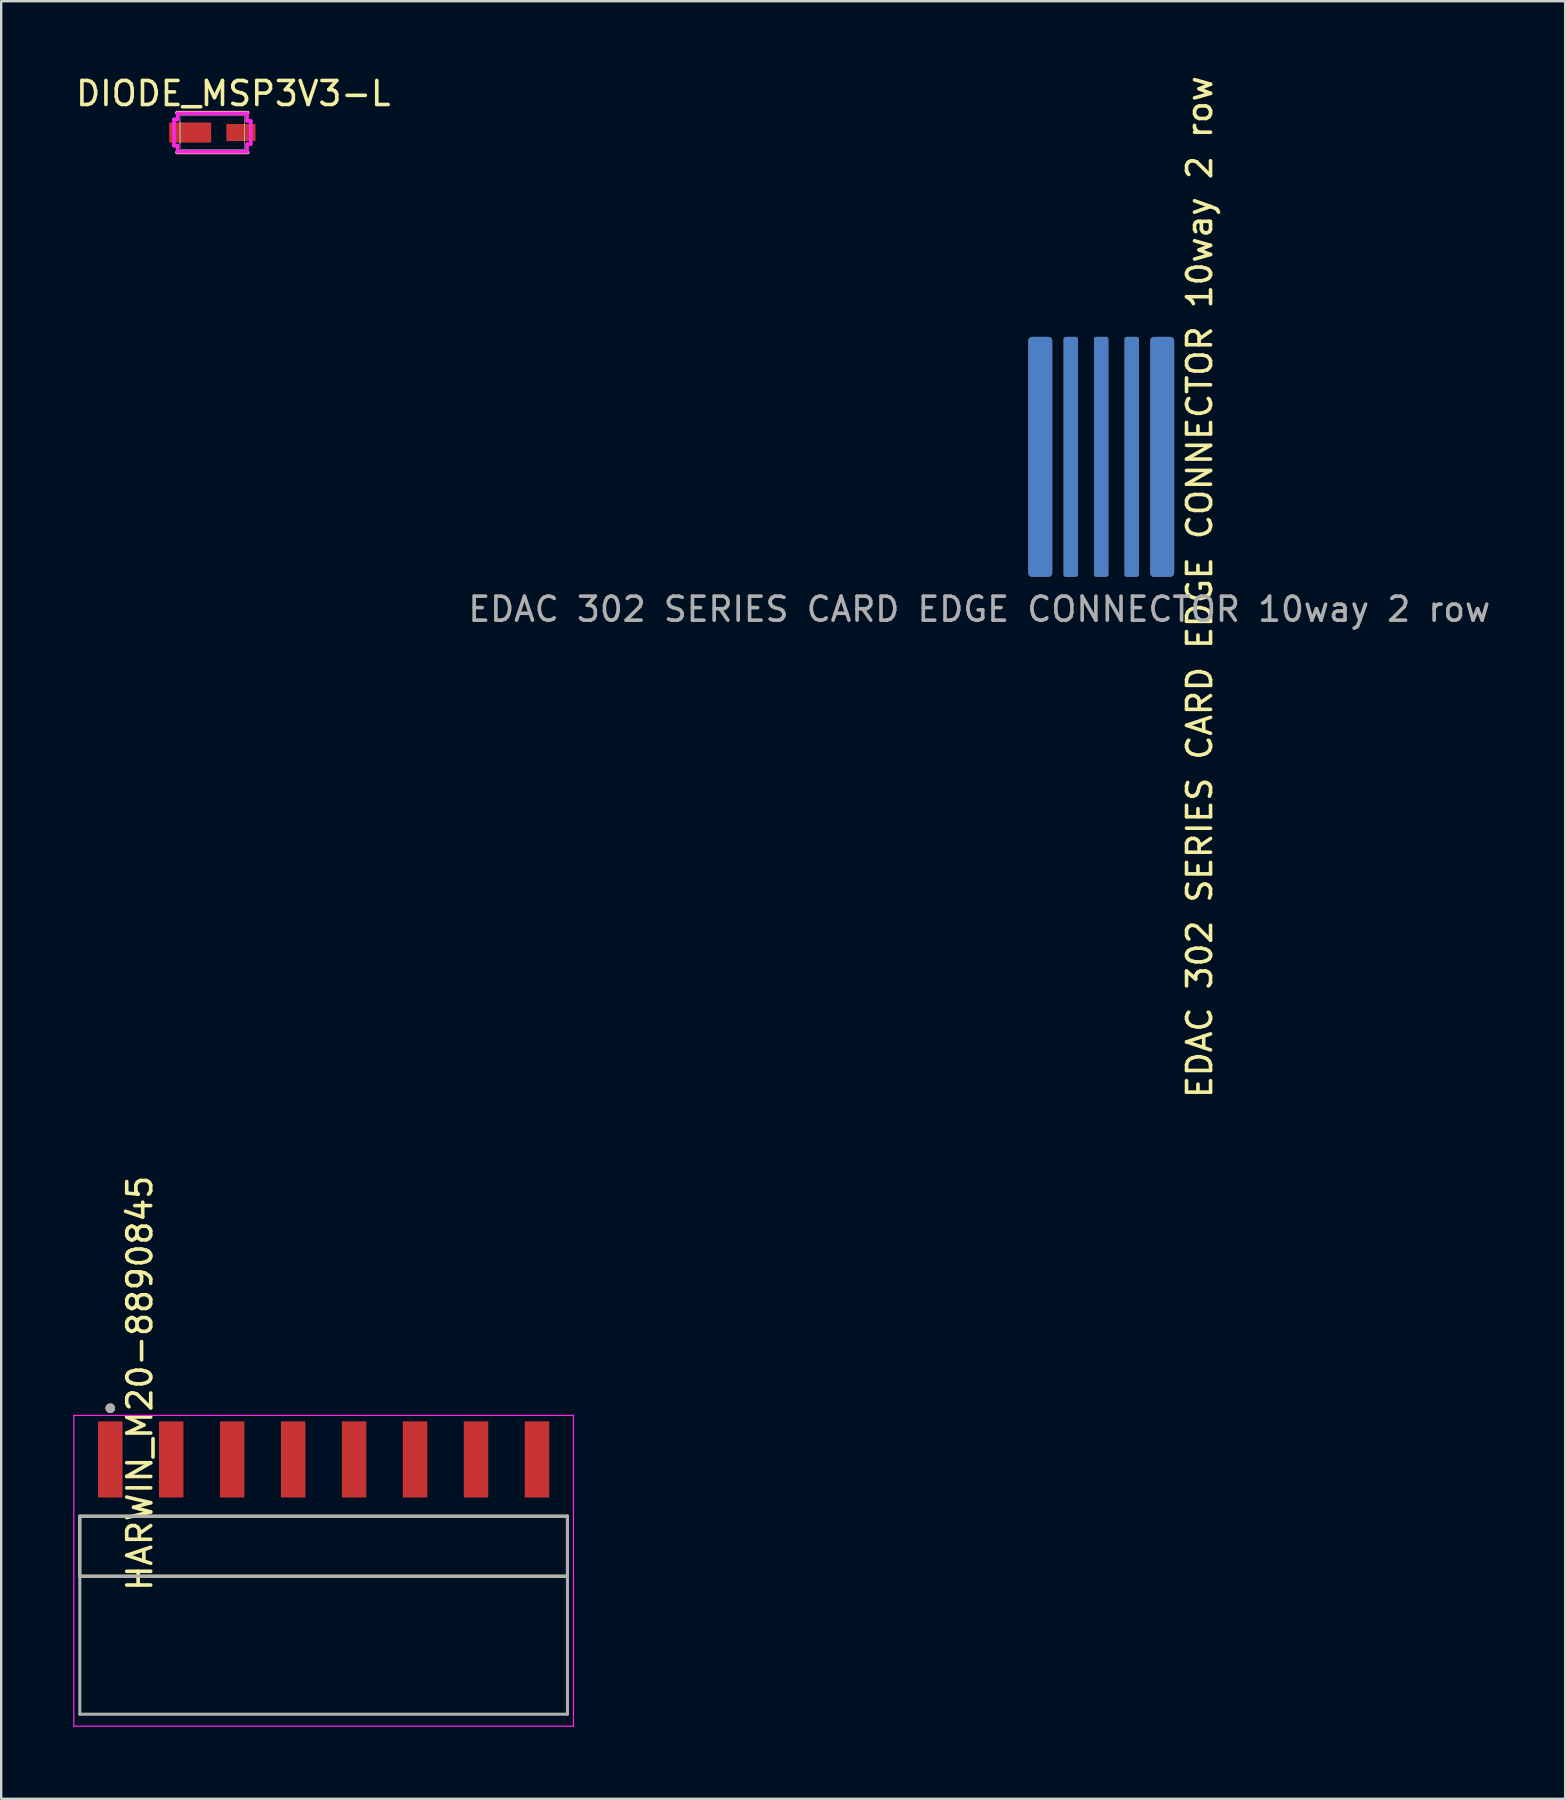
<source format=kicad_pcb>
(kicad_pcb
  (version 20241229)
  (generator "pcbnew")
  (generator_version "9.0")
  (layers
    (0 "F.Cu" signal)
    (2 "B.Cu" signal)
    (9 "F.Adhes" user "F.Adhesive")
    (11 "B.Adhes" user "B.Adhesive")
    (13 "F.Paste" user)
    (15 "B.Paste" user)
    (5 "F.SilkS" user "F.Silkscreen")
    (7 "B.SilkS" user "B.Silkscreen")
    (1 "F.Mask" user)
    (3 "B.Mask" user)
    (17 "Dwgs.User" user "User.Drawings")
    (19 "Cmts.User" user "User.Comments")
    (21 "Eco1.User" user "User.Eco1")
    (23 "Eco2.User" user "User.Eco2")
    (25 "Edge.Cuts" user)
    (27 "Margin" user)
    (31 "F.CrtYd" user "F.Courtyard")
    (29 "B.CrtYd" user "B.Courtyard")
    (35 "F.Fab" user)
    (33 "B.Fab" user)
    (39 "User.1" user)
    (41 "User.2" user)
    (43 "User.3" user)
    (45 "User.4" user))
  (footprint "EDAC 302 SERIES CARD EDGE CONNECTOR 10way 2 row"
    (layer "F.Cu")
    (at 42.836 15.986)
    (property "Reference" "EDAC 302 SERIES CARD EDGE CONNECTOR 10way 2 row" (at 4.1 5.425 90) (unlocked yes) (layer "F.SilkS") (effects (font (size 1 1) (thickness 0.15))))
    (attr through_hole exclude_from_pos_files exclude_from_bom)
    (fp_text user "${REFERENCE}" (at -5.08 6.35 0) (unlocked yes) (layer "F.Fab") (effects (font (size 1 1) (thickness 0.15))))
    (pad "1" connect roundrect (at -2.54 0) (size 1 10) (layers "F.Cu" "F.Mask") (roundrect_rratio 0.156))
    (pad "2" connect roundrect (at -1.27 0) (size 0.6 10) (layers "F.Cu" "F.Mask") (roundrect_rratio 0.156))
    (pad "3" connect roundrect (at 0 0) (size 0.6 10) (layers "F.Cu" "F.Mask") (roundrect_rratio 0.156))
    (pad "4" connect roundrect (at 1.27 0) (size 0.6 10) (layers "F.Cu" "F.Mask") (roundrect_rratio 0.156))
    (pad "5" connect roundrect (at 2.54 0) (size 1 10) (layers "F.Cu" "F.Mask") (roundrect_rratio 0.156))
    (pad "6" connect roundrect (at -2.54 0) (size 1 10) (layers "B.Cu" "B.Mask") (roundrect_rratio 0.156))
    (pad "7" connect roundrect (at -1.27 0) (size 0.6 10) (layers "B.Cu" "B.Mask") (roundrect_rratio 0.156))
    (pad "8" connect roundrect (at 0 0) (size 0.6 10) (layers "B.Cu" "B.Mask") (roundrect_rratio 0.156))
    (pad "9" connect roundrect (at 1.27 0) (size 0.6 10) (layers "B.Cu" "B.Mask") (roundrect_rratio 0.156))
    (pad "10" connect roundrect (at 2.54 0) (size 1 10) (layers "B.Cu" "B.Mask") (roundrect_rratio 0.156)))
  (footprint "HARWIN_M20-8890845"
    (layer "F.Cu")
    (at 10.435 61.377)
    (property "Reference" "HARWIN_M20-8890845" (at -7.66 -6.787 270) (layer "F.SilkS") (effects (font (size 1 1) (thickness 0.15))))
    (attr smd)
    (fp_line (start -10.16 -1.25) (end 10.16 -1.25) (stroke (width 0.127) (type solid)) (layer "F.SilkS"))
    (fp_line (start -10.16 1.25) (end -10.16 -1.25) (stroke (width 0.127) (type solid)) (layer "F.SilkS"))
    (fp_line (start 10.16 -1.25) (end 10.16 1.25) (stroke (width 0.127) (type solid)) (layer "F.SilkS"))
    (fp_line (start 10.16 1.25) (end -10.16 1.25) (stroke (width 0.127) (type solid)) (layer "F.SilkS"))
    (fp_circle (center -8.89 -5.75) (end -8.79 -5.75) (stroke (width 0.2) (type solid)) (fill no) (layer "F.SilkS"))
    (fp_line (start -10.41 -5.45) (end -10.41 7.5) (stroke (width 0.05) (type solid)) (layer "F.CrtYd"))
    (fp_line (start -10.41 7.5) (end 10.41 7.5) (stroke (width 0.05) (type solid)) (layer "F.CrtYd"))
    (fp_line (start 10.41 -5.45) (end -10.41 -5.45) (stroke (width 0.05) (type solid)) (layer "F.CrtYd"))
    (fp_line (start 10.41 7.5) (end 10.41 -5.45) (stroke (width 0.05) (type solid)) (layer "F.CrtYd"))
    (fp_line (start -10.16 -1.25) (end 10.16 -1.25) (stroke (width 0.127) (type solid)) (layer "F.Fab"))
    (fp_line (start -10.16 1.25) (end -10.16 -1.25) (stroke (width 0.127) (type solid)) (layer "F.Fab"))
    (fp_line (start -10.16 7) (end -10.16 1.25) (stroke (width 0.127) (type solid)) (layer "F.Fab"))
    (fp_line (start 10.16 -1.25) (end 10.16 1.25) (stroke (width 0.127) (type solid)) (layer "F.Fab"))
    (fp_line (start 10.16 1.25) (end -10.16 1.25) (stroke (width 0.127) (type solid)) (layer "F.Fab"))
    (fp_line (start 10.16 1.25) (end 10.16 7) (stroke (width 0.127) (type solid)) (layer "F.Fab"))
    (fp_line (start 10.16 7) (end -10.16 7) (stroke (width 0.127) (type solid)) (layer "F.Fab"))
    (fp_circle (center -8.89 -5.75) (end -8.79 -5.75) (stroke (width 0.2) (type solid)) (fill no) (layer "F.Fab"))
    (pad "1" smd rect (at -8.89 -3.615 180) (size 1.02 3.17) (layers "F.Cu" "F.Mask" "F.Paste"))
    (pad "2" smd rect (at -6.35 -3.615 180) (size 1.02 3.17) (layers "F.Cu" "F.Mask" "F.Paste"))
    (pad "3" smd rect (at -3.81 -3.615 180) (size 1.02 3.17) (layers "F.Cu" "F.Mask" "F.Paste"))
    (pad "4" smd rect (at -1.27 -3.615 180) (size 1.02 3.17) (layers "F.Cu" "F.Mask" "F.Paste"))
    (pad "5" smd rect (at 1.27 -3.615 180) (size 1.02 3.17) (layers "F.Cu" "F.Mask" "F.Paste"))
    (pad "6" smd rect (at 3.81 -3.615 180) (size 1.02 3.17) (layers "F.Cu" "F.Mask" "F.Paste"))
    (pad "7" smd rect (at 6.35 -3.615 180) (size 1.02 3.17) (layers "F.Cu" "F.Mask" "F.Paste"))
    (pad "8" smd rect (at 8.89 -3.615 180) (size 1.02 3.17) (layers "F.Cu" "F.Mask" "F.Paste")))
  (footprint "DIODE_MSP3V3-L"
    (layer "F.Cu")
    (at 5.798 2.473)
    (property "Reference" "DIODE_MSP3V3-L" (at 0.875 -1.625 0) (unlocked yes) (layer "F.SilkS") (effects (font (size 1 1) (thickness 0.15))))
    (attr smd)
    (fp_line (start -1.473 0.826) (end 1.473 0.826) (stroke (width 0.152) (type solid)) (layer "F.SilkS"))
    (fp_line (start 1.473 -0.826) (end -1.473 -0.826) (stroke (width 0.152) (type solid)) (layer "F.SilkS"))
    (fp_line (start -1.6 -0.546) (end -1.448 -0.546) (stroke (width 0.152) (type solid)) (layer "F.CrtYd"))
    (fp_line (start -1.6 0.546) (end -1.6 -0.546) (stroke (width 0.152) (type solid)) (layer "F.CrtYd"))
    (fp_line (start -1.448 -0.8) (end 1.448 -0.8) (stroke (width 0.152) (type solid)) (layer "F.CrtYd"))
    (fp_line (start -1.448 -0.546) (end -1.448 -0.8) (stroke (width 0.152) (type solid)) (layer "F.CrtYd"))
    (fp_line (start -1.448 0.546) (end -1.6 0.546) (stroke (width 0.152) (type solid)) (layer "F.CrtYd"))
    (fp_line (start -1.448 0.8) (end -1.448 0.546) (stroke (width 0.152) (type solid)) (layer "F.CrtYd"))
    (fp_line (start 1.448 -0.8) (end 1.448 -0.483) (stroke (width 0.152) (type solid)) (layer "F.CrtYd"))
    (fp_line (start 1.448 -0.483) (end 1.6 -0.483) (stroke (width 0.152) (type solid)) (layer "F.CrtYd"))
    (fp_line (start 1.448 0.483) (end 1.448 0.8) (stroke (width 0.152) (type solid)) (layer "F.CrtYd"))
    (fp_line (start 1.448 0.8) (end -1.448 0.8) (stroke (width 0.152) (type solid)) (layer "F.CrtYd"))
    (fp_line (start 1.6 -0.483) (end 1.6 0.483) (stroke (width 0.152) (type solid)) (layer "F.CrtYd"))
    (fp_line (start 1.6 0.483) (end 1.448 0.483) (stroke (width 0.152) (type solid)) (layer "F.CrtYd"))
    (fp_line (start -1.346 -0.699) (end -1.346 0.699) (stroke (width 0.025) (type solid)) (layer "F.Fab"))
    (fp_line (start -1.346 -0.445) (end -1.346 -0.445) (stroke (width 0.025) (type solid)) (layer "F.Fab"))
    (fp_line (start -1.346 -0.445) (end -1.346 0.445) (stroke (width 0.025) (type solid)) (layer "F.Fab"))
    (fp_line (start -1.346 0.445) (end -1.346 -0.445) (stroke (width 0.025) (type solid)) (layer "F.Fab"))
    (fp_line (start -1.346 0.445) (end -1.346 0.445) (stroke (width 0.025) (type solid)) (layer "F.Fab"))
    (fp_line (start -1.346 0.699) (end 1.346 0.699) (stroke (width 0.025) (type solid)) (layer "F.Fab"))
    (fp_line (start 1.346 -0.699) (end -1.346 -0.699) (stroke (width 0.025) (type solid)) (layer "F.Fab"))
    (fp_line (start 1.346 -0.381) (end 1.346 -0.381) (stroke (width 0.025) (type solid)) (layer "F.Fab"))
    (fp_line (start 1.346 -0.381) (end 1.346 0.381) (stroke (width 0.025) (type solid)) (layer "F.Fab"))
    (fp_line (start 1.346 0.381) (end 1.346 -0.381) (stroke (width 0.025) (type solid)) (layer "F.Fab"))
    (fp_line (start 1.346 0.381) (end 1.346 0.381) (stroke (width 0.025) (type solid)) (layer "F.Fab"))
    (fp_line (start 1.346 0.699) (end 1.346 -0.699) (stroke (width 0.025) (type solid)) (layer "F.Fab"))
    (pad "1" smd rect (at 1.192 0) (size 1.216 0.711) (layers "F.Cu" "F.Mask" "F.Paste"))
    (pad "2" smd rect (at -0.925 0) (size 1.749 0.838) (layers "F.Cu" "F.Mask" "F.Paste"))
    (zone (net_name "") (layer "F.Cu") (hatch full 0.508) (connect_pads) (min_thickness 0.254) (filled_areas_thickness no) (keepout (tracks not_allowed) (vias not_allowed) (pads allowed) (copperpour not_allowed) (footprints allowed)) (placement (enabled no)) (fill) (polygon (pts (xy 5.798 1.826) (xy 6.331 1.826) (xy 6.331 3.121) (xy 5.798 3.121)))))
  (gr_rect
    (start -3 -3)
    (end 62.167 71.902)
    (stroke (width 0.1) (type default))
    (fill no)
    (layer "Edge.Cuts")))
</source>
